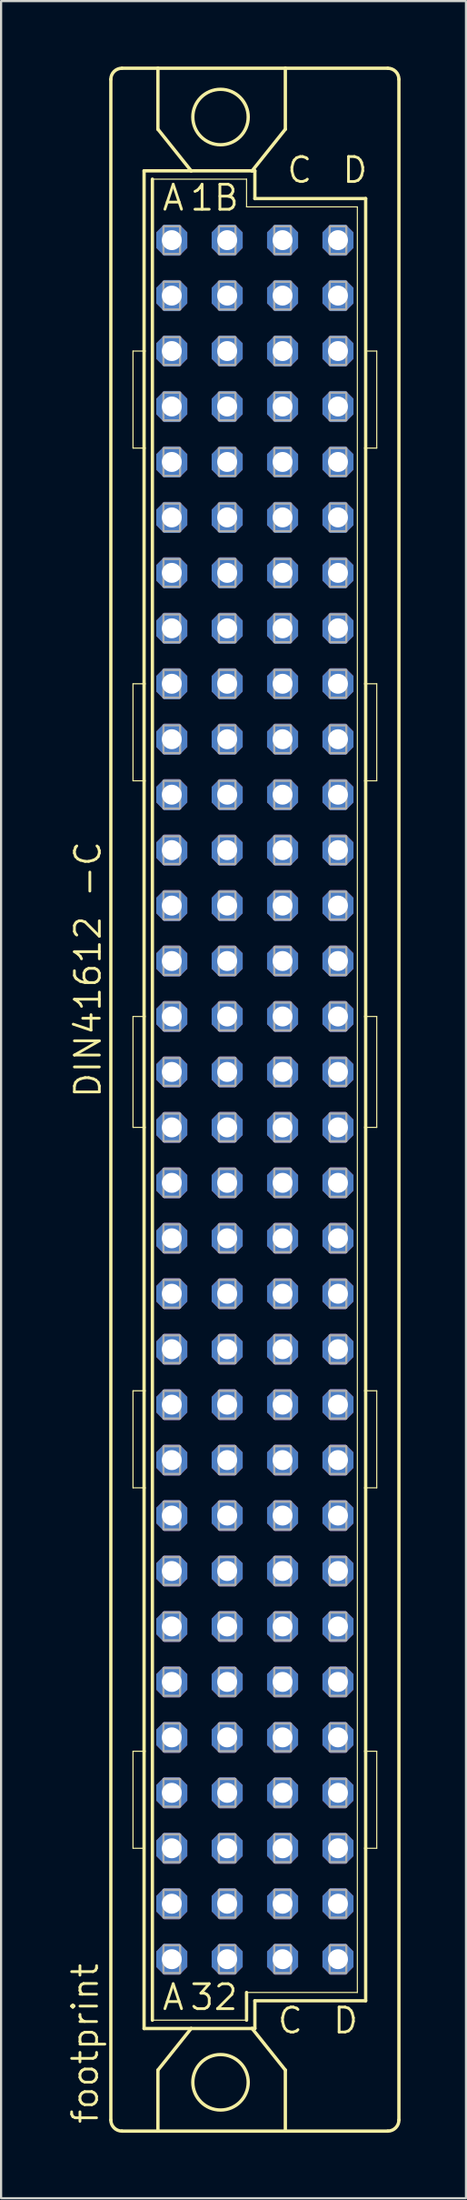
<source format=kicad_pcb>
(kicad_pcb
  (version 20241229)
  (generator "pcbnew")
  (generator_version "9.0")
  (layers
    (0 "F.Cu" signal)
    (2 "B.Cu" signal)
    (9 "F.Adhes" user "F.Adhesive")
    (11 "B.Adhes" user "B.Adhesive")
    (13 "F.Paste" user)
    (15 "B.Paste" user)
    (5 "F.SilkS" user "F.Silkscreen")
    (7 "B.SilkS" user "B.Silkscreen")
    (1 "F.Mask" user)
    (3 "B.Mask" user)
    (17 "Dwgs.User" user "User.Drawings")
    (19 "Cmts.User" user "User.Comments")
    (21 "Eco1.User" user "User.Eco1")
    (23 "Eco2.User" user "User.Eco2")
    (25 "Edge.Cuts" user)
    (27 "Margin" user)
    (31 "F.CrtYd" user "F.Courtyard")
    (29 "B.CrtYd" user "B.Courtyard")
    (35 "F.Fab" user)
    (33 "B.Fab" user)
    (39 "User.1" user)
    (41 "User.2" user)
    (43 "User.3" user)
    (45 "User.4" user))
  (footprint "footprint"
    (layer "F.Cu")
    (at 7.366 47.32)
    (property "Reference" "footprint" (at -5.842 46.99 90) (layer "F.SilkS") (effects (font (size 1.143 1.143) (thickness 0.127)) (justify left bottom)))
    (fp_line (start -5.334 46.736) (end -5.334 -46.736) (stroke (width 0.152) (type solid)) (layer "F.SilkS"))
    (fp_line (start -4.826 -47.244) (end -3.175 -47.244) (stroke (width 0.152) (type solid)) (layer "F.SilkS"))
    (fp_line (start -4.826 47.244) (end -3.175 47.244) (stroke (width 0.152) (type solid)) (layer "F.SilkS"))
    (fp_line (start -4.318 -29.845) (end -4.318 -34.29) (stroke (width 0.051) (type solid)) (layer "F.SilkS"))
    (fp_line (start -4.318 -29.845) (end -3.81 -29.845) (stroke (width 0.051) (type solid)) (layer "F.SilkS"))
    (fp_line (start -4.318 -14.605) (end -4.318 -19.05) (stroke (width 0.051) (type solid)) (layer "F.SilkS"))
    (fp_line (start -4.318 -14.605) (end -3.81 -14.605) (stroke (width 0.051) (type solid)) (layer "F.SilkS"))
    (fp_line (start -4.318 1.27) (end -4.318 -3.81) (stroke (width 0.051) (type solid)) (layer "F.SilkS"))
    (fp_line (start -4.318 1.27) (end -3.81 1.27) (stroke (width 0.051) (type solid)) (layer "F.SilkS"))
    (fp_line (start -4.318 17.78) (end -4.318 13.335) (stroke (width 0.051) (type solid)) (layer "F.SilkS"))
    (fp_line (start -4.318 17.78) (end -3.81 17.78) (stroke (width 0.051) (type solid)) (layer "F.SilkS"))
    (fp_line (start -4.318 34.29) (end -4.318 29.845) (stroke (width 0.051) (type solid)) (layer "F.SilkS"))
    (fp_line (start -4.318 34.29) (end -3.81 34.29) (stroke (width 0.051) (type solid)) (layer "F.SilkS"))
    (fp_line (start -3.81 -42.545) (end -3.81 -34.29) (stroke (width 0.152) (type solid)) (layer "F.SilkS"))
    (fp_line (start -3.81 -34.29) (end -4.318 -34.29) (stroke (width 0.051) (type solid)) (layer "F.SilkS"))
    (fp_line (start -3.81 -34.29) (end -3.81 -29.845) (stroke (width 0.152) (type solid)) (layer "F.SilkS"))
    (fp_line (start -3.81 -29.845) (end -3.81 -19.05) (stroke (width 0.152) (type solid)) (layer "F.SilkS"))
    (fp_line (start -3.81 -19.05) (end -4.318 -19.05) (stroke (width 0.051) (type solid)) (layer "F.SilkS"))
    (fp_line (start -3.81 -19.05) (end -3.81 -14.605) (stroke (width 0.152) (type solid)) (layer "F.SilkS"))
    (fp_line (start -3.81 -14.605) (end -3.81 -3.81) (stroke (width 0.152) (type solid)) (layer "F.SilkS"))
    (fp_line (start -3.81 -3.81) (end -4.318 -3.81) (stroke (width 0.051) (type solid)) (layer "F.SilkS"))
    (fp_line (start -3.81 -3.81) (end -3.81 1.27) (stroke (width 0.152) (type solid)) (layer "F.SilkS"))
    (fp_line (start -3.81 1.27) (end -3.81 13.335) (stroke (width 0.152) (type solid)) (layer "F.SilkS"))
    (fp_line (start -3.81 13.335) (end -4.318 13.335) (stroke (width 0.051) (type solid)) (layer "F.SilkS"))
    (fp_line (start -3.81 13.335) (end -3.81 17.78) (stroke (width 0.152) (type solid)) (layer "F.SilkS"))
    (fp_line (start -3.81 17.78) (end -3.81 29.845) (stroke (width 0.152) (type solid)) (layer "F.SilkS"))
    (fp_line (start -3.81 29.845) (end -4.318 29.845) (stroke (width 0.051) (type solid)) (layer "F.SilkS"))
    (fp_line (start -3.81 29.845) (end -3.81 42.545) (stroke (width 0.152) (type solid)) (layer "F.SilkS"))
    (fp_line (start -3.81 42.545) (end -1.651 42.545) (stroke (width 0.152) (type solid)) (layer "F.SilkS"))
    (fp_line (start -3.429 -42.164) (end -3.429 42.164) (stroke (width 0.152) (type solid)) (layer "F.SilkS"))
    (fp_line (start -3.429 -42.164) (end 0.889 -42.164) (stroke (width 0.051) (type solid)) (layer "F.SilkS"))
    (fp_line (start -3.429 42.164) (end 0.889 42.164) (stroke (width 0.051) (type solid)) (layer "F.SilkS"))
    (fp_line (start -3.175 -47.244) (end -3.175 -44.45) (stroke (width 0.152) (type solid)) (layer "F.SilkS"))
    (fp_line (start -3.175 47.244) (end -3.175 44.45) (stroke (width 0.152) (type solid)) (layer "F.SilkS"))
    (fp_line (start -3.175 47.244) (end 2.667 47.244) (stroke (width 0.152) (type solid)) (layer "F.SilkS"))
    (fp_line (start -1.651 -42.545) (end -3.81 -42.545) (stroke (width 0.152) (type solid)) (layer "F.SilkS"))
    (fp_line (start -1.651 -42.545) (end -3.175 -44.45) (stroke (width 0.152) (type solid)) (layer "F.SilkS"))
    (fp_line (start -1.651 42.545) (end -3.175 44.45) (stroke (width 0.152) (type solid)) (layer "F.SilkS"))
    (fp_line (start -1.651 42.545) (end 1.143 42.545) (stroke (width 0.152) (type solid)) (layer "F.SilkS"))
    (fp_line (start 0.889 -42.164) (end 0.889 -40.894) (stroke (width 0.051) (type solid)) (layer "F.SilkS"))
    (fp_line (start 0.889 -40.894) (end 5.969 -40.894) (stroke (width 0.051) (type solid)) (layer "F.SilkS"))
    (fp_line (start 0.889 40.894) (end 5.969 40.894) (stroke (width 0.051) (type solid)) (layer "F.SilkS"))
    (fp_line (start 0.889 42.164) (end 0.889 40.894) (stroke (width 0.152) (type solid)) (layer "F.SilkS"))
    (fp_line (start 1.143 -42.545) (end -1.651 -42.545) (stroke (width 0.152) (type solid)) (layer "F.SilkS"))
    (fp_line (start 1.143 -42.545) (end 2.667 -44.45) (stroke (width 0.152) (type solid)) (layer "F.SilkS"))
    (fp_line (start 1.143 42.545) (end 1.27 42.545) (stroke (width 0.152) (type solid)) (layer "F.SilkS"))
    (fp_line (start 1.143 42.545) (end 2.667 44.45) (stroke (width 0.152) (type solid)) (layer "F.SilkS"))
    (fp_line (start 1.27 -42.545) (end 1.143 -42.545) (stroke (width 0.152) (type solid)) (layer "F.SilkS"))
    (fp_line (start 1.27 -41.275) (end 1.27 -42.545) (stroke (width 0.152) (type solid)) (layer "F.SilkS"))
    (fp_line (start 1.27 41.275) (end 6.35 41.275) (stroke (width 0.152) (type solid)) (layer "F.SilkS"))
    (fp_line (start 1.27 42.545) (end 1.27 41.275) (stroke (width 0.152) (type solid)) (layer "F.SilkS"))
    (fp_line (start 2.667 -47.244) (end -3.175 -47.244) (stroke (width 0.152) (type solid)) (layer "F.SilkS"))
    (fp_line (start 2.667 -47.244) (end 2.667 -44.45) (stroke (width 0.152) (type solid)) (layer "F.SilkS"))
    (fp_line (start 2.667 47.244) (end 2.667 44.45) (stroke (width 0.152) (type solid)) (layer "F.SilkS"))
    (fp_line (start 2.667 47.244) (end 7.366 47.244) (stroke (width 0.152) (type solid)) (layer "F.SilkS"))
    (fp_line (start 5.969 -40.894) (end 5.969 40.894) (stroke (width 0.051) (type solid)) (layer "F.SilkS"))
    (fp_line (start 6.35 -41.275) (end 1.27 -41.275) (stroke (width 0.152) (type solid)) (layer "F.SilkS"))
    (fp_line (start 6.35 -29.845) (end 6.35 -41.275) (stroke (width 0.152) (type solid)) (layer "F.SilkS"))
    (fp_line (start 6.35 -29.845) (end 6.858 -29.845) (stroke (width 0.051) (type solid)) (layer "F.SilkS"))
    (fp_line (start 6.35 -19.05) (end 6.35 -29.845) (stroke (width 0.152) (type solid)) (layer "F.SilkS"))
    (fp_line (start 6.35 -14.605) (end 6.35 -19.05) (stroke (width 0.152) (type solid)) (layer "F.SilkS"))
    (fp_line (start 6.35 -14.605) (end 6.858 -14.605) (stroke (width 0.051) (type solid)) (layer "F.SilkS"))
    (fp_line (start 6.35 -3.81) (end 6.35 -14.605) (stroke (width 0.152) (type solid)) (layer "F.SilkS"))
    (fp_line (start 6.35 1.27) (end 6.35 -3.81) (stroke (width 0.152) (type solid)) (layer "F.SilkS"))
    (fp_line (start 6.35 1.27) (end 6.858 1.27) (stroke (width 0.051) (type solid)) (layer "F.SilkS"))
    (fp_line (start 6.35 13.335) (end 6.35 1.27) (stroke (width 0.152) (type solid)) (layer "F.SilkS"))
    (fp_line (start 6.35 17.78) (end 6.35 13.335) (stroke (width 0.152) (type solid)) (layer "F.SilkS"))
    (fp_line (start 6.35 17.78) (end 6.858 17.78) (stroke (width 0.051) (type solid)) (layer "F.SilkS"))
    (fp_line (start 6.35 29.845) (end 6.35 17.78) (stroke (width 0.152) (type solid)) (layer "F.SilkS"))
    (fp_line (start 6.35 34.29) (end 6.35 29.845) (stroke (width 0.152) (type solid)) (layer "F.SilkS"))
    (fp_line (start 6.35 34.29) (end 6.858 34.29) (stroke (width 0.051) (type solid)) (layer "F.SilkS"))
    (fp_line (start 6.35 41.275) (end 6.35 34.29) (stroke (width 0.152) (type solid)) (layer "F.SilkS"))
    (fp_line (start 6.858 -34.29) (end 6.35 -34.29) (stroke (width 0.051) (type solid)) (layer "F.SilkS"))
    (fp_line (start 6.858 -34.29) (end 6.858 -29.845) (stroke (width 0.051) (type solid)) (layer "F.SilkS"))
    (fp_line (start 6.858 -19.05) (end 6.35 -19.05) (stroke (width 0.051) (type solid)) (layer "F.SilkS"))
    (fp_line (start 6.858 -19.05) (end 6.858 -14.605) (stroke (width 0.051) (type solid)) (layer "F.SilkS"))
    (fp_line (start 6.858 -3.81) (end 6.35 -3.81) (stroke (width 0.051) (type solid)) (layer "F.SilkS"))
    (fp_line (start 6.858 -3.81) (end 6.858 1.27) (stroke (width 0.051) (type solid)) (layer "F.SilkS"))
    (fp_line (start 6.858 13.335) (end 6.35 13.335) (stroke (width 0.051) (type solid)) (layer "F.SilkS"))
    (fp_line (start 6.858 13.335) (end 6.858 17.78) (stroke (width 0.051) (type solid)) (layer "F.SilkS"))
    (fp_line (start 6.858 29.845) (end 6.35 29.845) (stroke (width 0.051) (type solid)) (layer "F.SilkS"))
    (fp_line (start 6.858 29.845) (end 6.858 34.29) (stroke (width 0.051) (type solid)) (layer "F.SilkS"))
    (fp_line (start 7.366 -47.244) (end 2.667 -47.244) (stroke (width 0.152) (type solid)) (layer "F.SilkS"))
    (fp_line (start 7.874 46.736) (end 7.874 -46.736) (stroke (width 0.152) (type solid)) (layer "F.SilkS"))
    (fp_arc (start -5.334 -46.736) (mid -5.18521 -47.09521) (end -4.826 -47.244) (stroke (width 0.1524) (type solid)) (layer "F.SilkS"))
    (fp_arc (start -4.826 47.244) (mid -5.18521 47.09521) (end -5.334 46.736) (stroke (width 0.1524) (type solid)) (layer "F.SilkS"))
    (fp_arc (start 7.366 -47.244) (mid 7.72521 -47.09521) (end 7.874 -46.736) (stroke (width 0.1524) (type solid)) (layer "F.SilkS"))
    (fp_arc (start 7.874 46.736) (mid 7.72521 47.09521) (end 7.366 47.244) (stroke (width 0.1524) (type solid)) (layer "F.SilkS"))
    (fp_circle (center -0.305 -45.009) (end 0.965 -45.009) (stroke (width 0.152) (type solid)) (fill no) (layer "F.SilkS"))
    (fp_circle (center -0.305 45.009) (end 0.965 45.009) (stroke (width 0.152) (type solid)) (fill no) (layer "F.SilkS"))
    (fp_poly (pts (xy -2.921 -38.735) (xy -2.159 -38.735) (xy -2.159 -40.005) (xy -2.921 -40.005)) (stroke (width 0.1) (type solid)) (fill no) (layer "F.Fab"))
    (fp_poly (pts (xy -2.921 -36.195) (xy -2.159 -36.195) (xy -2.159 -37.465) (xy -2.921 -37.465)) (stroke (width 0.1) (type solid)) (fill no) (layer "F.Fab"))
    (fp_poly (pts (xy -2.921 -33.655) (xy -2.159 -33.655) (xy -2.159 -34.925) (xy -2.921 -34.925)) (stroke (width 0.1) (type solid)) (fill no) (layer "F.Fab"))
    (fp_poly (pts (xy -2.921 -31.115) (xy -2.159 -31.115) (xy -2.159 -32.385) (xy -2.921 -32.385)) (stroke (width 0.1) (type solid)) (fill no) (layer "F.Fab"))
    (fp_poly (pts (xy -2.921 -28.575) (xy -2.159 -28.575) (xy -2.159 -29.845) (xy -2.921 -29.845)) (stroke (width 0.1) (type solid)) (fill no) (layer "F.Fab"))
    (fp_poly (pts (xy -2.921 -26.035) (xy -2.159 -26.035) (xy -2.159 -27.305) (xy -2.921 -27.305)) (stroke (width 0.1) (type solid)) (fill no) (layer "F.Fab"))
    (fp_poly (pts (xy -2.921 -23.495) (xy -2.159 -23.495) (xy -2.159 -24.765) (xy -2.921 -24.765)) (stroke (width 0.1) (type solid)) (fill no) (layer "F.Fab"))
    (fp_poly (pts (xy -2.921 -20.955) (xy -2.159 -20.955) (xy -2.159 -22.225) (xy -2.921 -22.225)) (stroke (width 0.1) (type solid)) (fill no) (layer "F.Fab"))
    (fp_poly (pts (xy -2.921 -18.415) (xy -2.159 -18.415) (xy -2.159 -19.685) (xy -2.921 -19.685)) (stroke (width 0.1) (type solid)) (fill no) (layer "F.Fab"))
    (fp_poly (pts (xy -2.921 -15.875) (xy -2.159 -15.875) (xy -2.159 -17.145) (xy -2.921 -17.145)) (stroke (width 0.1) (type solid)) (fill no) (layer "F.Fab"))
    (fp_poly (pts (xy -2.921 -13.335) (xy -2.159 -13.335) (xy -2.159 -14.605) (xy -2.921 -14.605)) (stroke (width 0.1) (type solid)) (fill no) (layer "F.Fab"))
    (fp_poly (pts (xy -2.921 -10.795) (xy -2.159 -10.795) (xy -2.159 -12.065) (xy -2.921 -12.065)) (stroke (width 0.1) (type solid)) (fill no) (layer "F.Fab"))
    (fp_poly (pts (xy -2.921 -8.255) (xy -2.159 -8.255) (xy -2.159 -9.525) (xy -2.921 -9.525)) (stroke (width 0.1) (type solid)) (fill no) (layer "F.Fab"))
    (fp_poly (pts (xy -2.921 -5.715) (xy -2.159 -5.715) (xy -2.159 -6.985) (xy -2.921 -6.985)) (stroke (width 0.1) (type solid)) (fill no) (layer "F.Fab"))
    (fp_poly (pts (xy -2.921 -3.175) (xy -2.159 -3.175) (xy -2.159 -4.445) (xy -2.921 -4.445)) (stroke (width 0.1) (type solid)) (fill no) (layer "F.Fab"))
    (fp_poly (pts (xy -2.921 -0.635) (xy -2.159 -0.635) (xy -2.159 -1.905) (xy -2.921 -1.905)) (stroke (width 0.1) (type solid)) (fill no) (layer "F.Fab"))
    (fp_poly (pts (xy -2.921 1.905) (xy -2.159 1.905) (xy -2.159 0.635) (xy -2.921 0.635)) (stroke (width 0.1) (type solid)) (fill no) (layer "F.Fab"))
    (fp_poly (pts (xy -2.921 4.445) (xy -2.159 4.445) (xy -2.159 3.175) (xy -2.921 3.175)) (stroke (width 0.1) (type solid)) (fill no) (layer "F.Fab"))
    (fp_poly (pts (xy -2.921 6.985) (xy -2.159 6.985) (xy -2.159 5.715) (xy -2.921 5.715)) (stroke (width 0.1) (type solid)) (fill no) (layer "F.Fab"))
    (fp_poly (pts (xy -2.921 9.525) (xy -2.159 9.525) (xy -2.159 8.255) (xy -2.921 8.255)) (stroke (width 0.1) (type solid)) (fill no) (layer "F.Fab"))
    (fp_poly (pts (xy -2.921 12.065) (xy -2.159 12.065) (xy -2.159 10.795) (xy -2.921 10.795)) (stroke (width 0.1) (type solid)) (fill no) (layer "F.Fab"))
    (fp_poly (pts (xy -2.921 14.605) (xy -2.159 14.605) (xy -2.159 13.335) (xy -2.921 13.335)) (stroke (width 0.1) (type solid)) (fill no) (layer "F.Fab"))
    (fp_poly (pts (xy -2.921 17.145) (xy -2.159 17.145) (xy -2.159 15.875) (xy -2.921 15.875)) (stroke (width 0.1) (type solid)) (fill no) (layer "F.Fab"))
    (fp_poly (pts (xy -2.921 19.685) (xy -2.159 19.685) (xy -2.159 18.415) (xy -2.921 18.415)) (stroke (width 0.1) (type solid)) (fill no) (layer "F.Fab"))
    (fp_poly (pts (xy -2.921 22.225) (xy -2.159 22.225) (xy -2.159 20.955) (xy -2.921 20.955)) (stroke (width 0.1) (type solid)) (fill no) (layer "F.Fab"))
    (fp_poly (pts (xy -2.921 24.765) (xy -2.159 24.765) (xy -2.159 23.495) (xy -2.921 23.495)) (stroke (width 0.1) (type solid)) (fill no) (layer "F.Fab"))
    (fp_poly (pts (xy -2.921 27.305) (xy -2.159 27.305) (xy -2.159 26.035) (xy -2.921 26.035)) (stroke (width 0.1) (type solid)) (fill no) (layer "F.Fab"))
    (fp_poly (pts (xy -2.921 29.845) (xy -2.159 29.845) (xy -2.159 28.575) (xy -2.921 28.575)) (stroke (width 0.1) (type solid)) (fill no) (layer "F.Fab"))
    (fp_poly (pts (xy -2.921 32.385) (xy -2.159 32.385) (xy -2.159 31.115) (xy -2.921 31.115)) (stroke (width 0.1) (type solid)) (fill no) (layer "F.Fab"))
    (fp_poly (pts (xy -2.921 34.925) (xy -2.159 34.925) (xy -2.159 33.655) (xy -2.921 33.655)) (stroke (width 0.1) (type solid)) (fill no) (layer "F.Fab"))
    (fp_poly (pts (xy -2.921 37.465) (xy -2.159 37.465) (xy -2.159 36.195) (xy -2.921 36.195)) (stroke (width 0.1) (type solid)) (fill no) (layer "F.Fab"))
    (fp_poly (pts (xy -2.921 40.005) (xy -2.159 40.005) (xy -2.159 38.735) (xy -2.921 38.735)) (stroke (width 0.1) (type solid)) (fill no) (layer "F.Fab"))
    (fp_poly (pts (xy -0.381 -38.735) (xy 0.381 -38.735) (xy 0.381 -40.005) (xy -0.381 -40.005)) (stroke (width 0.1) (type solid)) (fill no) (layer "F.Fab"))
    (fp_poly (pts (xy -0.381 -36.195) (xy 0.381 -36.195) (xy 0.381 -37.465) (xy -0.381 -37.465)) (stroke (width 0.1) (type solid)) (fill no) (layer "F.Fab"))
    (fp_poly (pts (xy -0.381 -33.655) (xy 0.381 -33.655) (xy 0.381 -34.925) (xy -0.381 -34.925)) (stroke (width 0.1) (type solid)) (fill no) (layer "F.Fab"))
    (fp_poly (pts (xy -0.381 -31.115) (xy 0.381 -31.115) (xy 0.381 -32.385) (xy -0.381 -32.385)) (stroke (width 0.1) (type solid)) (fill no) (layer "F.Fab"))
    (fp_poly (pts (xy -0.381 -28.575) (xy 0.381 -28.575) (xy 0.381 -29.845) (xy -0.381 -29.845)) (stroke (width 0.1) (type solid)) (fill no) (layer "F.Fab"))
    (fp_poly (pts (xy -0.381 -26.035) (xy 0.381 -26.035) (xy 0.381 -27.305) (xy -0.381 -27.305)) (stroke (width 0.1) (type solid)) (fill no) (layer "F.Fab"))
    (fp_poly (pts (xy -0.381 -23.495) (xy 0.381 -23.495) (xy 0.381 -24.765) (xy -0.381 -24.765)) (stroke (width 0.1) (type solid)) (fill no) (layer "F.Fab"))
    (fp_poly (pts (xy -0.381 -20.955) (xy 0.381 -20.955) (xy 0.381 -22.225) (xy -0.381 -22.225)) (stroke (width 0.1) (type solid)) (fill no) (layer "F.Fab"))
    (fp_poly (pts (xy -0.381 -18.415) (xy 0.381 -18.415) (xy 0.381 -19.685) (xy -0.381 -19.685)) (stroke (width 0.1) (type solid)) (fill no) (layer "F.Fab"))
    (fp_poly (pts (xy -0.381 -15.875) (xy 0.381 -15.875) (xy 0.381 -17.145) (xy -0.381 -17.145)) (stroke (width 0.1) (type solid)) (fill no) (layer "F.Fab"))
    (fp_poly (pts (xy -0.381 -13.335) (xy 0.381 -13.335) (xy 0.381 -14.605) (xy -0.381 -14.605)) (stroke (width 0.1) (type solid)) (fill no) (layer "F.Fab"))
    (fp_poly (pts (xy -0.381 -10.795) (xy 0.381 -10.795) (xy 0.381 -12.065) (xy -0.381 -12.065)) (stroke (width 0.1) (type solid)) (fill no) (layer "F.Fab"))
    (fp_poly (pts (xy -0.381 -8.255) (xy 0.381 -8.255) (xy 0.381 -9.525) (xy -0.381 -9.525)) (stroke (width 0.1) (type solid)) (fill no) (layer "F.Fab"))
    (fp_poly (pts (xy -0.381 -5.715) (xy 0.381 -5.715) (xy 0.381 -6.985) (xy -0.381 -6.985)) (stroke (width 0.1) (type solid)) (fill no) (layer "F.Fab"))
    (fp_poly (pts (xy -0.381 -3.175) (xy 0.381 -3.175) (xy 0.381 -4.445) (xy -0.381 -4.445)) (stroke (width 0.1) (type solid)) (fill no) (layer "F.Fab"))
    (fp_poly (pts (xy -0.381 -0.635) (xy 0.381 -0.635) (xy 0.381 -1.905) (xy -0.381 -1.905)) (stroke (width 0.1) (type solid)) (fill no) (layer "F.Fab"))
    (fp_poly (pts (xy -0.381 1.905) (xy 0.381 1.905) (xy 0.381 0.635) (xy -0.381 0.635)) (stroke (width 0.1) (type solid)) (fill no) (layer "F.Fab"))
    (fp_poly (pts (xy -0.381 4.445) (xy 0.381 4.445) (xy 0.381 3.175) (xy -0.381 3.175)) (stroke (width 0.1) (type solid)) (fill no) (layer "F.Fab"))
    (fp_poly (pts (xy -0.381 6.985) (xy 0.381 6.985) (xy 0.381 5.715) (xy -0.381 5.715)) (stroke (width 0.1) (type solid)) (fill no) (layer "F.Fab"))
    (fp_poly (pts (xy -0.381 9.525) (xy 0.381 9.525) (xy 0.381 8.255) (xy -0.381 8.255)) (stroke (width 0.1) (type solid)) (fill no) (layer "F.Fab"))
    (fp_poly (pts (xy -0.381 12.065) (xy 0.381 12.065) (xy 0.381 10.795) (xy -0.381 10.795)) (stroke (width 0.1) (type solid)) (fill no) (layer "F.Fab"))
    (fp_poly (pts (xy -0.381 14.605) (xy 0.381 14.605) (xy 0.381 13.335) (xy -0.381 13.335)) (stroke (width 0.1) (type solid)) (fill no) (layer "F.Fab"))
    (fp_poly (pts (xy -0.381 17.145) (xy 0.381 17.145) (xy 0.381 15.875) (xy -0.381 15.875)) (stroke (width 0.1) (type solid)) (fill no) (layer "F.Fab"))
    (fp_poly (pts (xy -0.381 19.685) (xy 0.381 19.685) (xy 0.381 18.415) (xy -0.381 18.415)) (stroke (width 0.1) (type solid)) (fill no) (layer "F.Fab"))
    (fp_poly (pts (xy -0.381 22.225) (xy 0.381 22.225) (xy 0.381 20.955) (xy -0.381 20.955)) (stroke (width 0.1) (type solid)) (fill no) (layer "F.Fab"))
    (fp_poly (pts (xy -0.381 24.765) (xy 0.381 24.765) (xy 0.381 23.495) (xy -0.381 23.495)) (stroke (width 0.1) (type solid)) (fill no) (layer "F.Fab"))
    (fp_poly (pts (xy -0.381 27.305) (xy 0.381 27.305) (xy 0.381 26.035) (xy -0.381 26.035)) (stroke (width 0.1) (type solid)) (fill no) (layer "F.Fab"))
    (fp_poly (pts (xy -0.381 29.845) (xy 0.381 29.845) (xy 0.381 28.575) (xy -0.381 28.575)) (stroke (width 0.1) (type solid)) (fill no) (layer "F.Fab"))
    (fp_poly (pts (xy -0.381 32.385) (xy 0.381 32.385) (xy 0.381 31.115) (xy -0.381 31.115)) (stroke (width 0.1) (type solid)) (fill no) (layer "F.Fab"))
    (fp_poly (pts (xy -0.381 34.925) (xy 0.381 34.925) (xy 0.381 33.655) (xy -0.381 33.655)) (stroke (width 0.1) (type solid)) (fill no) (layer "F.Fab"))
    (fp_poly (pts (xy -0.381 37.465) (xy 0.381 37.465) (xy 0.381 36.195) (xy -0.381 36.195)) (stroke (width 0.1) (type solid)) (fill no) (layer "F.Fab"))
    (fp_poly (pts (xy -0.381 40.005) (xy 0.381 40.005) (xy 0.381 38.735) (xy -0.381 38.735)) (stroke (width 0.1) (type solid)) (fill no) (layer "F.Fab"))
    (fp_poly (pts (xy 2.159 -38.735) (xy 2.921 -38.735) (xy 2.921 -40.005) (xy 2.159 -40.005)) (stroke (width 0.1) (type solid)) (fill no) (layer "F.Fab"))
    (fp_poly (pts (xy 2.159 -36.195) (xy 2.921 -36.195) (xy 2.921 -37.465) (xy 2.159 -37.465)) (stroke (width 0.1) (type solid)) (fill no) (layer "F.Fab"))
    (fp_poly (pts (xy 2.159 -33.655) (xy 2.921 -33.655) (xy 2.921 -34.925) (xy 2.159 -34.925)) (stroke (width 0.1) (type solid)) (fill no) (layer "F.Fab"))
    (fp_poly (pts (xy 2.159 -31.115) (xy 2.921 -31.115) (xy 2.921 -32.385) (xy 2.159 -32.385)) (stroke (width 0.1) (type solid)) (fill no) (layer "F.Fab"))
    (fp_poly (pts (xy 2.159 -28.575) (xy 2.921 -28.575) (xy 2.921 -29.845) (xy 2.159 -29.845)) (stroke (width 0.1) (type solid)) (fill no) (layer "F.Fab"))
    (fp_poly (pts (xy 2.159 -26.035) (xy 2.921 -26.035) (xy 2.921 -27.305) (xy 2.159 -27.305)) (stroke (width 0.1) (type solid)) (fill no) (layer "F.Fab"))
    (fp_poly (pts (xy 2.159 -23.495) (xy 2.921 -23.495) (xy 2.921 -24.765) (xy 2.159 -24.765)) (stroke (width 0.1) (type solid)) (fill no) (layer "F.Fab"))
    (fp_poly (pts (xy 2.159 -20.955) (xy 2.921 -20.955) (xy 2.921 -22.225) (xy 2.159 -22.225)) (stroke (width 0.1) (type solid)) (fill no) (layer "F.Fab"))
    (fp_poly (pts (xy 2.159 -18.415) (xy 2.921 -18.415) (xy 2.921 -19.685) (xy 2.159 -19.685)) (stroke (width 0.1) (type solid)) (fill no) (layer "F.Fab"))
    (fp_poly (pts (xy 2.159 -15.875) (xy 2.921 -15.875) (xy 2.921 -17.145) (xy 2.159 -17.145)) (stroke (width 0.1) (type solid)) (fill no) (layer "F.Fab"))
    (fp_poly (pts (xy 2.159 -13.335) (xy 2.921 -13.335) (xy 2.921 -14.605) (xy 2.159 -14.605)) (stroke (width 0.1) (type solid)) (fill no) (layer "F.Fab"))
    (fp_poly (pts (xy 2.159 -10.795) (xy 2.921 -10.795) (xy 2.921 -12.065) (xy 2.159 -12.065)) (stroke (width 0.1) (type solid)) (fill no) (layer "F.Fab"))
    (fp_poly (pts (xy 2.159 -8.255) (xy 2.921 -8.255) (xy 2.921 -9.525) (xy 2.159 -9.525)) (stroke (width 0.1) (type solid)) (fill no) (layer "F.Fab"))
    (fp_poly (pts (xy 2.159 -5.715) (xy 2.921 -5.715) (xy 2.921 -6.985) (xy 2.159 -6.985)) (stroke (width 0.1) (type solid)) (fill no) (layer "F.Fab"))
    (fp_poly (pts (xy 2.159 -3.175) (xy 2.921 -3.175) (xy 2.921 -4.445) (xy 2.159 -4.445)) (stroke (width 0.1) (type solid)) (fill no) (layer "F.Fab"))
    (fp_poly (pts (xy 2.159 -0.635) (xy 2.921 -0.635) (xy 2.921 -1.905) (xy 2.159 -1.905)) (stroke (width 0.1) (type solid)) (fill no) (layer "F.Fab"))
    (fp_poly (pts (xy 2.159 1.905) (xy 2.921 1.905) (xy 2.921 0.635) (xy 2.159 0.635)) (stroke (width 0.1) (type solid)) (fill no) (layer "F.Fab"))
    (fp_poly (pts (xy 2.159 4.445) (xy 2.921 4.445) (xy 2.921 3.175) (xy 2.159 3.175)) (stroke (width 0.1) (type solid)) (fill no) (layer "F.Fab"))
    (fp_poly (pts (xy 2.159 6.985) (xy 2.921 6.985) (xy 2.921 5.715) (xy 2.159 5.715)) (stroke (width 0.1) (type solid)) (fill no) (layer "F.Fab"))
    (fp_poly (pts (xy 2.159 9.525) (xy 2.921 9.525) (xy 2.921 8.255) (xy 2.159 8.255)) (stroke (width 0.1) (type solid)) (fill no) (layer "F.Fab"))
    (fp_poly (pts (xy 2.159 12.065) (xy 2.921 12.065) (xy 2.921 10.795) (xy 2.159 10.795)) (stroke (width 0.1) (type solid)) (fill no) (layer "F.Fab"))
    (fp_poly (pts (xy 2.159 14.605) (xy 2.921 14.605) (xy 2.921 13.335) (xy 2.159 13.335)) (stroke (width 0.1) (type solid)) (fill no) (layer "F.Fab"))
    (fp_poly (pts (xy 2.159 17.145) (xy 2.921 17.145) (xy 2.921 15.875) (xy 2.159 15.875)) (stroke (width 0.1) (type solid)) (fill no) (layer "F.Fab"))
    (fp_poly (pts (xy 2.159 19.685) (xy 2.921 19.685) (xy 2.921 18.415) (xy 2.159 18.415)) (stroke (width 0.1) (type solid)) (fill no) (layer "F.Fab"))
    (fp_poly (pts (xy 2.159 22.225) (xy 2.921 22.225) (xy 2.921 20.955) (xy 2.159 20.955)) (stroke (width 0.1) (type solid)) (fill no) (layer "F.Fab"))
    (fp_poly (pts (xy 2.159 24.765) (xy 2.921 24.765) (xy 2.921 23.495) (xy 2.159 23.495)) (stroke (width 0.1) (type solid)) (fill no) (layer "F.Fab"))
    (fp_poly (pts (xy 2.159 27.305) (xy 2.921 27.305) (xy 2.921 26.035) (xy 2.159 26.035)) (stroke (width 0.1) (type solid)) (fill no) (layer "F.Fab"))
    (fp_poly (pts (xy 2.159 29.845) (xy 2.921 29.845) (xy 2.921 28.575) (xy 2.159 28.575)) (stroke (width 0.1) (type solid)) (fill no) (layer "F.Fab"))
    (fp_poly (pts (xy 2.159 32.385) (xy 2.921 32.385) (xy 2.921 31.115) (xy 2.159 31.115)) (stroke (width 0.1) (type solid)) (fill no) (layer "F.Fab"))
    (fp_poly (pts (xy 2.159 34.925) (xy 2.921 34.925) (xy 2.921 33.655) (xy 2.159 33.655)) (stroke (width 0.1) (type solid)) (fill no) (layer "F.Fab"))
    (fp_poly (pts (xy 2.159 37.465) (xy 2.921 37.465) (xy 2.921 36.195) (xy 2.159 36.195)) (stroke (width 0.1) (type solid)) (fill no) (layer "F.Fab"))
    (fp_poly (pts (xy 2.159 40.005) (xy 2.921 40.005) (xy 2.921 38.735) (xy 2.159 38.735)) (stroke (width 0.1) (type solid)) (fill no) (layer "F.Fab"))
    (fp_poly (pts (xy 4.699 -38.735) (xy 5.461 -38.735) (xy 5.461 -40.005) (xy 4.699 -40.005)) (stroke (width 0.1) (type solid)) (fill no) (layer "F.Fab"))
    (fp_poly (pts (xy 4.699 -36.195) (xy 5.461 -36.195) (xy 5.461 -37.465) (xy 4.699 -37.465)) (stroke (width 0.1) (type solid)) (fill no) (layer "F.Fab"))
    (fp_poly (pts (xy 4.699 -33.655) (xy 5.461 -33.655) (xy 5.461 -34.925) (xy 4.699 -34.925)) (stroke (width 0.1) (type solid)) (fill no) (layer "F.Fab"))
    (fp_poly (pts (xy 4.699 -31.115) (xy 5.461 -31.115) (xy 5.461 -32.385) (xy 4.699 -32.385)) (stroke (width 0.1) (type solid)) (fill no) (layer "F.Fab"))
    (fp_poly (pts (xy 4.699 -28.575) (xy 5.461 -28.575) (xy 5.461 -29.845) (xy 4.699 -29.845)) (stroke (width 0.1) (type solid)) (fill no) (layer "F.Fab"))
    (fp_poly (pts (xy 4.699 -26.035) (xy 5.461 -26.035) (xy 5.461 -27.305) (xy 4.699 -27.305)) (stroke (width 0.1) (type solid)) (fill no) (layer "F.Fab"))
    (fp_poly (pts (xy 4.699 -23.495) (xy 5.461 -23.495) (xy 5.461 -24.765) (xy 4.699 -24.765)) (stroke (width 0.1) (type solid)) (fill no) (layer "F.Fab"))
    (fp_poly (pts (xy 4.699 -20.955) (xy 5.461 -20.955) (xy 5.461 -22.225) (xy 4.699 -22.225)) (stroke (width 0.1) (type solid)) (fill no) (layer "F.Fab"))
    (fp_poly (pts (xy 4.699 -18.415) (xy 5.461 -18.415) (xy 5.461 -19.685) (xy 4.699 -19.685)) (stroke (width 0.1) (type solid)) (fill no) (layer "F.Fab"))
    (fp_poly (pts (xy 4.699 -15.875) (xy 5.461 -15.875) (xy 5.461 -17.145) (xy 4.699 -17.145)) (stroke (width 0.1) (type solid)) (fill no) (layer "F.Fab"))
    (fp_poly (pts (xy 4.699 -13.335) (xy 5.461 -13.335) (xy 5.461 -14.605) (xy 4.699 -14.605)) (stroke (width 0.1) (type solid)) (fill no) (layer "F.Fab"))
    (fp_poly (pts (xy 4.699 -10.795) (xy 5.461 -10.795) (xy 5.461 -12.065) (xy 4.699 -12.065)) (stroke (width 0.1) (type solid)) (fill no) (layer "F.Fab"))
    (fp_poly (pts (xy 4.699 -8.255) (xy 5.461 -8.255) (xy 5.461 -9.525) (xy 4.699 -9.525)) (stroke (width 0.1) (type solid)) (fill no) (layer "F.Fab"))
    (fp_poly (pts (xy 4.699 -5.715) (xy 5.461 -5.715) (xy 5.461 -6.985) (xy 4.699 -6.985)) (stroke (width 0.1) (type solid)) (fill no) (layer "F.Fab"))
    (fp_poly (pts (xy 4.699 -3.175) (xy 5.461 -3.175) (xy 5.461 -4.445) (xy 4.699 -4.445)) (stroke (width 0.1) (type solid)) (fill no) (layer "F.Fab"))
    (fp_poly (pts (xy 4.699 -0.635) (xy 5.461 -0.635) (xy 5.461 -1.905) (xy 4.699 -1.905)) (stroke (width 0.1) (type solid)) (fill no) (layer "F.Fab"))
    (fp_poly (pts (xy 4.699 1.905) (xy 5.461 1.905) (xy 5.461 0.635) (xy 4.699 0.635)) (stroke (width 0.1) (type solid)) (fill no) (layer "F.Fab"))
    (fp_poly (pts (xy 4.699 4.445) (xy 5.461 4.445) (xy 5.461 3.175) (xy 4.699 3.175)) (stroke (width 0.1) (type solid)) (fill no) (layer "F.Fab"))
    (fp_poly (pts (xy 4.699 6.985) (xy 5.461 6.985) (xy 5.461 5.715) (xy 4.699 5.715)) (stroke (width 0.1) (type solid)) (fill no) (layer "F.Fab"))
    (fp_poly (pts (xy 4.699 9.525) (xy 5.461 9.525) (xy 5.461 8.255) (xy 4.699 8.255)) (stroke (width 0.1) (type solid)) (fill no) (layer "F.Fab"))
    (fp_poly (pts (xy 4.699 12.065) (xy 5.461 12.065) (xy 5.461 10.795) (xy 4.699 10.795)) (stroke (width 0.1) (type solid)) (fill no) (layer "F.Fab"))
    (fp_poly (pts (xy 4.699 14.605) (xy 5.461 14.605) (xy 5.461 13.335) (xy 4.699 13.335)) (stroke (width 0.1) (type solid)) (fill no) (layer "F.Fab"))
    (fp_poly (pts (xy 4.699 17.145) (xy 5.461 17.145) (xy 5.461 15.875) (xy 4.699 15.875)) (stroke (width 0.1) (type solid)) (fill no) (layer "F.Fab"))
    (fp_poly (pts (xy 4.699 19.685) (xy 5.461 19.685) (xy 5.461 18.415) (xy 4.699 18.415)) (stroke (width 0.1) (type solid)) (fill no) (layer "F.Fab"))
    (fp_poly (pts (xy 4.699 22.225) (xy 5.461 22.225) (xy 5.461 20.955) (xy 4.699 20.955)) (stroke (width 0.1) (type solid)) (fill no) (layer "F.Fab"))
    (fp_poly (pts (xy 4.699 24.765) (xy 5.461 24.765) (xy 5.461 23.495) (xy 4.699 23.495)) (stroke (width 0.1) (type solid)) (fill no) (layer "F.Fab"))
    (fp_poly (pts (xy 4.699 27.305) (xy 5.461 27.305) (xy 5.461 26.035) (xy 4.699 26.035)) (stroke (width 0.1) (type solid)) (fill no) (layer "F.Fab"))
    (fp_poly (pts (xy 4.699 29.845) (xy 5.461 29.845) (xy 5.461 28.575) (xy 4.699 28.575)) (stroke (width 0.1) (type solid)) (fill no) (layer "F.Fab"))
    (fp_poly (pts (xy 4.699 32.385) (xy 5.461 32.385) (xy 5.461 31.115) (xy 4.699 31.115)) (stroke (width 0.1) (type solid)) (fill no) (layer "F.Fab"))
    (fp_poly (pts (xy 4.699 34.925) (xy 5.461 34.925) (xy 5.461 33.655) (xy 4.699 33.655)) (stroke (width 0.1) (type solid)) (fill no) (layer "F.Fab"))
    (fp_poly (pts (xy 4.699 37.465) (xy 5.461 37.465) (xy 5.461 36.195) (xy 4.699 36.195)) (stroke (width 0.1) (type solid)) (fill no) (layer "F.Fab"))
    (fp_poly (pts (xy 4.699 40.005) (xy 5.461 40.005) (xy 5.461 38.735) (xy 4.699 38.735)) (stroke (width 0.1) (type solid)) (fill no) (layer "F.Fab"))
    (fp_text user "1B" (at -1.778 -40.64 0) (layer "F.SilkS") (effects (font (size 1.143 1.143) (thickness 0.127)) (justify left bottom)))
    (fp_text user "D" (at 5.207 -41.91 0) (layer "F.SilkS") (effects (font (size 1.143 1.143) (thickness 0.127)) (justify left bottom)))
    (fp_text user "A" (at -3.048 41.783 0) (layer "F.SilkS") (effects (font (size 1.143 1.143) (thickness 0.127)) (justify left bottom)))
    (fp_text user "DIN41612 -C" (at -5.715 0 90) (layer "F.SilkS") (effects (font (size 1.143 1.143) (thickness 0.127)) (justify left bottom)))
    (fp_text user "32" (at -1.778 41.783 0) (layer "F.SilkS") (effects (font (size 1.143 1.143) (thickness 0.127)) (justify left bottom)))
    (fp_text user "C" (at 2.237 42.853 0) (layer "F.SilkS") (effects (font (size 1.143 1.143) (thickness 0.127)) (justify left bottom)))
    (fp_text user "A" (at -3.048 -40.64 0) (layer "F.SilkS") (effects (font (size 1.143 1.143) (thickness 0.127)) (justify left bottom)))
    (fp_text user "C" (at 2.667 -41.91 0) (layer "F.SilkS") (effects (font (size 1.143 1.143) (thickness 0.127)) (justify left bottom)))
    (fp_text user "D" (at 4.777 42.853 0) (layer "F.SilkS") (effects (font (size 1.143 1.143) (thickness 0.127)) (justify left bottom)))
    (pad "A1" thru_hole roundrect (at -2.54 -39.37) (size 1.422 1.422) (drill 0.914) (layers "*.Cu" "*.Mask") (roundrect_rratio 0.25) (chamfer_ratio 0.25) (chamfer top_left top_right bottom_left bottom_right))
    (pad "A2" thru_hole roundrect (at -2.54 -36.83) (size 1.422 1.422) (drill 0.914) (layers "*.Cu" "*.Mask") (roundrect_rratio 0.25) (chamfer_ratio 0.25) (chamfer top_left top_right bottom_left bottom_right))
    (pad "A3" thru_hole roundrect (at -2.54 -34.29) (size 1.422 1.422) (drill 0.914) (layers "*.Cu" "*.Mask") (roundrect_rratio 0.25) (chamfer_ratio 0.25) (chamfer top_left top_right bottom_left bottom_right))
    (pad "A4" thru_hole roundrect (at -2.54 -31.75) (size 1.422 1.422) (drill 0.914) (layers "*.Cu" "*.Mask") (roundrect_rratio 0.25) (chamfer_ratio 0.25) (chamfer top_left top_right bottom_left bottom_right))
    (pad "A5" thru_hole roundrect (at -2.54 -29.21) (size 1.422 1.422) (drill 0.914) (layers "*.Cu" "*.Mask") (roundrect_rratio 0.25) (chamfer_ratio 0.25) (chamfer top_left top_right bottom_left bottom_right))
    (pad "A6" thru_hole roundrect (at -2.54 -26.67) (size 1.422 1.422) (drill 0.914) (layers "*.Cu" "*.Mask") (roundrect_rratio 0.25) (chamfer_ratio 0.25) (chamfer top_left top_right bottom_left bottom_right))
    (pad "A7" thru_hole roundrect (at -2.54 -24.13) (size 1.422 1.422) (drill 0.914) (layers "*.Cu" "*.Mask") (roundrect_rratio 0.25) (chamfer_ratio 0.25) (chamfer top_left top_right bottom_left bottom_right))
    (pad "A8" thru_hole roundrect (at -2.54 -21.59) (size 1.422 1.422) (drill 0.914) (layers "*.Cu" "*.Mask") (roundrect_rratio 0.25) (chamfer_ratio 0.25) (chamfer top_left top_right bottom_left bottom_right))
    (pad "A9" thru_hole roundrect (at -2.54 -19.05) (size 1.422 1.422) (drill 0.914) (layers "*.Cu" "*.Mask") (roundrect_rratio 0.25) (chamfer_ratio 0.25) (chamfer top_left top_right bottom_left bottom_right))
    (pad "A10" thru_hole roundrect (at -2.54 -16.51) (size 1.422 1.422) (drill 0.914) (layers "*.Cu" "*.Mask") (roundrect_rratio 0.25) (chamfer_ratio 0.25) (chamfer top_left top_right bottom_left bottom_right))
    (pad "A11" thru_hole roundrect (at -2.54 -13.97) (size 1.422 1.422) (drill 0.914) (layers "*.Cu" "*.Mask") (roundrect_rratio 0.25) (chamfer_ratio 0.25) (chamfer top_left top_right bottom_left bottom_right))
    (pad "A12" thru_hole roundrect (at -2.54 -11.43) (size 1.422 1.422) (drill 0.914) (layers "*.Cu" "*.Mask") (roundrect_rratio 0.25) (chamfer_ratio 0.25) (chamfer top_left top_right bottom_left bottom_right))
    (pad "A13" thru_hole roundrect (at -2.54 -8.89) (size 1.422 1.422) (drill 0.914) (layers "*.Cu" "*.Mask") (roundrect_rratio 0.25) (chamfer_ratio 0.25) (chamfer top_left top_right bottom_left bottom_right))
    (pad "A14" thru_hole roundrect (at -2.54 -6.35) (size 1.422 1.422) (drill 0.914) (layers "*.Cu" "*.Mask") (roundrect_rratio 0.25) (chamfer_ratio 0.25) (chamfer top_left top_right bottom_left bottom_right))
    (pad "A15" thru_hole roundrect (at -2.54 -3.81) (size 1.422 1.422) (drill 0.914) (layers "*.Cu" "*.Mask") (roundrect_rratio 0.25) (chamfer_ratio 0.25) (chamfer top_left top_right bottom_left bottom_right))
    (pad "A16" thru_hole roundrect (at -2.54 -1.27) (size 1.422 1.422) (drill 0.914) (layers "*.Cu" "*.Mask") (roundrect_rratio 0.25) (chamfer_ratio 0.25) (chamfer top_left top_right bottom_left bottom_right))
    (pad "A17" thru_hole roundrect (at -2.54 1.27) (size 1.422 1.422) (drill 0.914) (layers "*.Cu" "*.Mask") (roundrect_rratio 0.25) (chamfer_ratio 0.25) (chamfer top_left top_right bottom_left bottom_right))
    (pad "A18" thru_hole roundrect (at -2.54 3.81) (size 1.422 1.422) (drill 0.914) (layers "*.Cu" "*.Mask") (roundrect_rratio 0.25) (chamfer_ratio 0.25) (chamfer top_left top_right bottom_left bottom_right))
    (pad "A19" thru_hole roundrect (at -2.54 6.35) (size 1.422 1.422) (drill 0.914) (layers "*.Cu" "*.Mask") (roundrect_rratio 0.25) (chamfer_ratio 0.25) (chamfer top_left top_right bottom_left bottom_right))
    (pad "A20" thru_hole roundrect (at -2.54 8.89) (size 1.422 1.422) (drill 0.914) (layers "*.Cu" "*.Mask") (roundrect_rratio 0.25) (chamfer_ratio 0.25) (chamfer top_left top_right bottom_left bottom_right))
    (pad "A21" thru_hole roundrect (at -2.54 11.43) (size 1.422 1.422) (drill 0.914) (layers "*.Cu" "*.Mask") (roundrect_rratio 0.25) (chamfer_ratio 0.25) (chamfer top_left top_right bottom_left bottom_right))
    (pad "A22" thru_hole roundrect (at -2.54 13.97) (size 1.422 1.422) (drill 0.914) (layers "*.Cu" "*.Mask") (roundrect_rratio 0.25) (chamfer_ratio 0.25) (chamfer top_left top_right bottom_left bottom_right))
    (pad "A23" thru_hole roundrect (at -2.54 16.51) (size 1.422 1.422) (drill 0.914) (layers "*.Cu" "*.Mask") (roundrect_rratio 0.25) (chamfer_ratio 0.25) (chamfer top_left top_right bottom_left bottom_right))
    (pad "A24" thru_hole roundrect (at -2.54 19.05) (size 1.422 1.422) (drill 0.914) (layers "*.Cu" "*.Mask") (roundrect_rratio 0.25) (chamfer_ratio 0.25) (chamfer top_left top_right bottom_left bottom_right))
    (pad "A25" thru_hole roundrect (at -2.54 21.59) (size 1.422 1.422) (drill 0.914) (layers "*.Cu" "*.Mask") (roundrect_rratio 0.25) (chamfer_ratio 0.25) (chamfer top_left top_right bottom_left bottom_right))
    (pad "A26" thru_hole roundrect (at -2.54 24.13) (size 1.422 1.422) (drill 0.914) (layers "*.Cu" "*.Mask") (roundrect_rratio 0.25) (chamfer_ratio 0.25) (chamfer top_left top_right bottom_left bottom_right))
    (pad "A27" thru_hole roundrect (at -2.54 26.67) (size 1.422 1.422) (drill 0.914) (layers "*.Cu" "*.Mask") (roundrect_rratio 0.25) (chamfer_ratio 0.25) (chamfer top_left top_right bottom_left bottom_right))
    (pad "A28" thru_hole roundrect (at -2.54 29.21) (size 1.422 1.422) (drill 0.914) (layers "*.Cu" "*.Mask") (roundrect_rratio 0.25) (chamfer_ratio 0.25) (chamfer top_left top_right bottom_left bottom_right))
    (pad "A29" thru_hole roundrect (at -2.54 31.75) (size 1.422 1.422) (drill 0.914) (layers "*.Cu" "*.Mask") (roundrect_rratio 0.25) (chamfer_ratio 0.25) (chamfer top_left top_right bottom_left bottom_right))
    (pad "A30" thru_hole roundrect (at -2.54 34.29) (size 1.422 1.422) (drill 0.914) (layers "*.Cu" "*.Mask") (roundrect_rratio 0.25) (chamfer_ratio 0.25) (chamfer top_left top_right bottom_left bottom_right))
    (pad "A31" thru_hole roundrect (at -2.54 36.83) (size 1.422 1.422) (drill 0.914) (layers "*.Cu" "*.Mask") (roundrect_rratio 0.25) (chamfer_ratio 0.25) (chamfer top_left top_right bottom_left bottom_right))
    (pad "A32" thru_hole roundrect (at -2.54 39.37) (size 1.422 1.422) (drill 0.914) (layers "*.Cu" "*.Mask") (roundrect_rratio 0.25) (chamfer_ratio 0.25) (chamfer top_left top_right bottom_left bottom_right))
    (pad "B1" thru_hole roundrect (at 0 -39.37) (size 1.422 1.422) (drill 0.914) (layers "*.Cu" "*.Mask") (roundrect_rratio 0.25) (chamfer_ratio 0.25) (chamfer top_left top_right bottom_left bottom_right))
    (pad "B2" thru_hole roundrect (at 0 -36.83) (size 1.422 1.422) (drill 0.914) (layers "*.Cu" "*.Mask") (roundrect_rratio 0.25) (chamfer_ratio 0.25) (chamfer top_left top_right bottom_left bottom_right))
    (pad "B3" thru_hole roundrect (at 0 -34.29) (size 1.422 1.422) (drill 0.914) (layers "*.Cu" "*.Mask") (roundrect_rratio 0.25) (chamfer_ratio 0.25) (chamfer top_left top_right bottom_left bottom_right))
    (pad "B4" thru_hole roundrect (at 0 -31.75) (size 1.422 1.422) (drill 0.914) (layers "*.Cu" "*.Mask") (roundrect_rratio 0.25) (chamfer_ratio 0.25) (chamfer top_left top_right bottom_left bottom_right))
    (pad "B5" thru_hole roundrect (at 0 -29.21) (size 1.422 1.422) (drill 0.914) (layers "*.Cu" "*.Mask") (roundrect_rratio 0.25) (chamfer_ratio 0.25) (chamfer top_left top_right bottom_left bottom_right))
    (pad "B6" thru_hole roundrect (at 0 -26.67) (size 1.422 1.422) (drill 0.914) (layers "*.Cu" "*.Mask") (roundrect_rratio 0.25) (chamfer_ratio 0.25) (chamfer top_left top_right bottom_left bottom_right))
    (pad "B7" thru_hole roundrect (at 0 -24.13) (size 1.422 1.422) (drill 0.914) (layers "*.Cu" "*.Mask") (roundrect_rratio 0.25) (chamfer_ratio 0.25) (chamfer top_left top_right bottom_left bottom_right))
    (pad "B8" thru_hole roundrect (at 0 -21.59) (size 1.422 1.422) (drill 0.914) (layers "*.Cu" "*.Mask") (roundrect_rratio 0.25) (chamfer_ratio 0.25) (chamfer top_left top_right bottom_left bottom_right))
    (pad "B9" thru_hole roundrect (at 0 -19.05) (size 1.422 1.422) (drill 0.914) (layers "*.Cu" "*.Mask") (roundrect_rratio 0.25) (chamfer_ratio 0.25) (chamfer top_left top_right bottom_left bottom_right))
    (pad "B10" thru_hole roundrect (at 0 -16.51) (size 1.422 1.422) (drill 0.914) (layers "*.Cu" "*.Mask") (roundrect_rratio 0.25) (chamfer_ratio 0.25) (chamfer top_left top_right bottom_left bottom_right))
    (pad "B11" thru_hole roundrect (at 0 -13.97) (size 1.422 1.422) (drill 0.914) (layers "*.Cu" "*.Mask") (roundrect_rratio 0.25) (chamfer_ratio 0.25) (chamfer top_left top_right bottom_left bottom_right))
    (pad "B12" thru_hole roundrect (at 0 -11.43) (size 1.422 1.422) (drill 0.914) (layers "*.Cu" "*.Mask") (roundrect_rratio 0.25) (chamfer_ratio 0.25) (chamfer top_left top_right bottom_left bottom_right))
    (pad "B13" thru_hole roundrect (at 0 -8.89) (size 1.422 1.422) (drill 0.914) (layers "*.Cu" "*.Mask") (roundrect_rratio 0.25) (chamfer_ratio 0.25) (chamfer top_left top_right bottom_left bottom_right))
    (pad "B14" thru_hole roundrect (at 0 -6.35) (size 1.422 1.422) (drill 0.914) (layers "*.Cu" "*.Mask") (roundrect_rratio 0.25) (chamfer_ratio 0.25) (chamfer top_left top_right bottom_left bottom_right))
    (pad "B15" thru_hole roundrect (at 0 -3.81) (size 1.422 1.422) (drill 0.914) (layers "*.Cu" "*.Mask") (roundrect_rratio 0.25) (chamfer_ratio 0.25) (chamfer top_left top_right bottom_left bottom_right))
    (pad "B16" thru_hole roundrect (at 0 -1.27) (size 1.422 1.422) (drill 0.914) (layers "*.Cu" "*.Mask") (roundrect_rratio 0.25) (chamfer_ratio 0.25) (chamfer top_left top_right bottom_left bottom_right))
    (pad "B17" thru_hole roundrect (at 0 1.27) (size 1.422 1.422) (drill 0.914) (layers "*.Cu" "*.Mask") (roundrect_rratio 0.25) (chamfer_ratio 0.25) (chamfer top_left top_right bottom_left bottom_right))
    (pad "B18" thru_hole roundrect (at 0 3.81) (size 1.422 1.422) (drill 0.914) (layers "*.Cu" "*.Mask") (roundrect_rratio 0.25) (chamfer_ratio 0.25) (chamfer top_left top_right bottom_left bottom_right))
    (pad "B19" thru_hole roundrect (at 0 6.35) (size 1.422 1.422) (drill 0.914) (layers "*.Cu" "*.Mask") (roundrect_rratio 0.25) (chamfer_ratio 0.25) (chamfer top_left top_right bottom_left bottom_right))
    (pad "B20" thru_hole roundrect (at 0 8.89) (size 1.422 1.422) (drill 0.914) (layers "*.Cu" "*.Mask") (roundrect_rratio 0.25) (chamfer_ratio 0.25) (chamfer top_left top_right bottom_left bottom_right))
    (pad "B21" thru_hole roundrect (at 0 11.43) (size 1.422 1.422) (drill 0.914) (layers "*.Cu" "*.Mask") (roundrect_rratio 0.25) (chamfer_ratio 0.25) (chamfer top_left top_right bottom_left bottom_right))
    (pad "B22" thru_hole roundrect (at 0 13.97) (size 1.422 1.422) (drill 0.914) (layers "*.Cu" "*.Mask") (roundrect_rratio 0.25) (chamfer_ratio 0.25) (chamfer top_left top_right bottom_left bottom_right))
    (pad "B23" thru_hole roundrect (at 0 16.51) (size 1.422 1.422) (drill 0.914) (layers "*.Cu" "*.Mask") (roundrect_rratio 0.25) (chamfer_ratio 0.25) (chamfer top_left top_right bottom_left bottom_right))
    (pad "B24" thru_hole roundrect (at 0 19.05) (size 1.422 1.422) (drill 0.914) (layers "*.Cu" "*.Mask") (roundrect_rratio 0.25) (chamfer_ratio 0.25) (chamfer top_left top_right bottom_left bottom_right))
    (pad "B25" thru_hole roundrect (at 0 21.59) (size 1.422 1.422) (drill 0.914) (layers "*.Cu" "*.Mask") (roundrect_rratio 0.25) (chamfer_ratio 0.25) (chamfer top_left top_right bottom_left bottom_right))
    (pad "B26" thru_hole roundrect (at 0 24.13) (size 1.422 1.422) (drill 0.914) (layers "*.Cu" "*.Mask") (roundrect_rratio 0.25) (chamfer_ratio 0.25) (chamfer top_left top_right bottom_left bottom_right))
    (pad "B27" thru_hole roundrect (at 0 26.67) (size 1.422 1.422) (drill 0.914) (layers "*.Cu" "*.Mask") (roundrect_rratio 0.25) (chamfer_ratio 0.25) (chamfer top_left top_right bottom_left bottom_right))
    (pad "B28" thru_hole roundrect (at 0 29.21) (size 1.422 1.422) (drill 0.914) (layers "*.Cu" "*.Mask") (roundrect_rratio 0.25) (chamfer_ratio 0.25) (chamfer top_left top_right bottom_left bottom_right))
    (pad "B29" thru_hole roundrect (at 0 31.75) (size 1.422 1.422) (drill 0.914) (layers "*.Cu" "*.Mask") (roundrect_rratio 0.25) (chamfer_ratio 0.25) (chamfer top_left top_right bottom_left bottom_right))
    (pad "B30" thru_hole roundrect (at 0 34.29) (size 1.422 1.422) (drill 0.914) (layers "*.Cu" "*.Mask") (roundrect_rratio 0.25) (chamfer_ratio 0.25) (chamfer top_left top_right bottom_left bottom_right))
    (pad "B31" thru_hole roundrect (at 0 36.83) (size 1.422 1.422) (drill 0.914) (layers "*.Cu" "*.Mask") (roundrect_rratio 0.25) (chamfer_ratio 0.25) (chamfer top_left top_right bottom_left bottom_right))
    (pad "B32" thru_hole roundrect (at 0 39.37) (size 1.422 1.422) (drill 0.914) (layers "*.Cu" "*.Mask") (roundrect_rratio 0.25) (chamfer_ratio 0.25) (chamfer top_left top_right bottom_left bottom_right))
    (pad "C1" thru_hole roundrect (at 2.54 -39.37) (size 1.422 1.422) (drill 0.914) (layers "*.Cu" "*.Mask") (roundrect_rratio 0.25) (chamfer_ratio 0.25) (chamfer top_left top_right bottom_left bottom_right))
    (pad "C2" thru_hole roundrect (at 2.54 -36.83) (size 1.422 1.422) (drill 0.914) (layers "*.Cu" "*.Mask") (roundrect_rratio 0.25) (chamfer_ratio 0.25) (chamfer top_left top_right bottom_left bottom_right))
    (pad "C3" thru_hole roundrect (at 2.54 -34.29) (size 1.422 1.422) (drill 0.914) (layers "*.Cu" "*.Mask") (roundrect_rratio 0.25) (chamfer_ratio 0.25) (chamfer top_left top_right bottom_left bottom_right))
    (pad "C4" thru_hole roundrect (at 2.54 -31.75) (size 1.422 1.422) (drill 0.914) (layers "*.Cu" "*.Mask") (roundrect_rratio 0.25) (chamfer_ratio 0.25) (chamfer top_left top_right bottom_left bottom_right))
    (pad "C5" thru_hole roundrect (at 2.54 -29.21) (size 1.422 1.422) (drill 0.914) (layers "*.Cu" "*.Mask") (roundrect_rratio 0.25) (chamfer_ratio 0.25) (chamfer top_left top_right bottom_left bottom_right))
    (pad "C6" thru_hole roundrect (at 2.54 -26.67) (size 1.422 1.422) (drill 0.914) (layers "*.Cu" "*.Mask") (roundrect_rratio 0.25) (chamfer_ratio 0.25) (chamfer top_left top_right bottom_left bottom_right))
    (pad "C7" thru_hole roundrect (at 2.54 -24.13) (size 1.422 1.422) (drill 0.914) (layers "*.Cu" "*.Mask") (roundrect_rratio 0.25) (chamfer_ratio 0.25) (chamfer top_left top_right bottom_left bottom_right))
    (pad "C8" thru_hole roundrect (at 2.54 -21.59) (size 1.422 1.422) (drill 0.914) (layers "*.Cu" "*.Mask") (roundrect_rratio 0.25) (chamfer_ratio 0.25) (chamfer top_left top_right bottom_left bottom_right))
    (pad "C9" thru_hole roundrect (at 2.54 -19.05) (size 1.422 1.422) (drill 0.914) (layers "*.Cu" "*.Mask") (roundrect_rratio 0.25) (chamfer_ratio 0.25) (chamfer top_left top_right bottom_left bottom_right))
    (pad "C10" thru_hole roundrect (at 2.54 -16.51) (size 1.422 1.422) (drill 0.914) (layers "*.Cu" "*.Mask") (roundrect_rratio 0.25) (chamfer_ratio 0.25) (chamfer top_left top_right bottom_left bottom_right))
    (pad "C11" thru_hole roundrect (at 2.54 -13.97) (size 1.422 1.422) (drill 0.914) (layers "*.Cu" "*.Mask") (roundrect_rratio 0.25) (chamfer_ratio 0.25) (chamfer top_left top_right bottom_left bottom_right))
    (pad "C12" thru_hole roundrect (at 2.54 -11.43) (size 1.422 1.422) (drill 0.914) (layers "*.Cu" "*.Mask") (roundrect_rratio 0.25) (chamfer_ratio 0.25) (chamfer top_left top_right bottom_left bottom_right))
    (pad "C13" thru_hole roundrect (at 2.54 -8.89) (size 1.422 1.422) (drill 0.914) (layers "*.Cu" "*.Mask") (roundrect_rratio 0.25) (chamfer_ratio 0.25) (chamfer top_left top_right bottom_left bottom_right))
    (pad "C14" thru_hole roundrect (at 2.54 -6.35) (size 1.422 1.422) (drill 0.914) (layers "*.Cu" "*.Mask") (roundrect_rratio 0.25) (chamfer_ratio 0.25) (chamfer top_left top_right bottom_left bottom_right))
    (pad "C15" thru_hole roundrect (at 2.54 -3.81) (size 1.422 1.422) (drill 0.914) (layers "*.Cu" "*.Mask") (roundrect_rratio 0.25) (chamfer_ratio 0.25) (chamfer top_left top_right bottom_left bottom_right))
    (pad "C16" thru_hole roundrect (at 2.54 -1.27) (size 1.422 1.422) (drill 0.914) (layers "*.Cu" "*.Mask") (roundrect_rratio 0.25) (chamfer_ratio 0.25) (chamfer top_left top_right bottom_left bottom_right))
    (pad "C17" thru_hole roundrect (at 2.54 1.27) (size 1.422 1.422) (drill 0.914) (layers "*.Cu" "*.Mask") (roundrect_rratio 0.25) (chamfer_ratio 0.25) (chamfer top_left top_right bottom_left bottom_right))
    (pad "C18" thru_hole roundrect (at 2.54 3.81) (size 1.422 1.422) (drill 0.914) (layers "*.Cu" "*.Mask") (roundrect_rratio 0.25) (chamfer_ratio 0.25) (chamfer top_left top_right bottom_left bottom_right))
    (pad "C19" thru_hole roundrect (at 2.54 6.35) (size 1.422 1.422) (drill 0.914) (layers "*.Cu" "*.Mask") (roundrect_rratio 0.25) (chamfer_ratio 0.25) (chamfer top_left top_right bottom_left bottom_right))
    (pad "C20" thru_hole roundrect (at 2.54 8.89) (size 1.422 1.422) (drill 0.914) (layers "*.Cu" "*.Mask") (roundrect_rratio 0.25) (chamfer_ratio 0.25) (chamfer top_left top_right bottom_left bottom_right))
    (pad "C21" thru_hole roundrect (at 2.54 11.43) (size 1.422 1.422) (drill 0.914) (layers "*.Cu" "*.Mask") (roundrect_rratio 0.25) (chamfer_ratio 0.25) (chamfer top_left top_right bottom_left bottom_right))
    (pad "C22" thru_hole roundrect (at 2.54 13.97) (size 1.422 1.422) (drill 0.914) (layers "*.Cu" "*.Mask") (roundrect_rratio 0.25) (chamfer_ratio 0.25) (chamfer top_left top_right bottom_left bottom_right))
    (pad "C23" thru_hole roundrect (at 2.54 16.51) (size 1.422 1.422) (drill 0.914) (layers "*.Cu" "*.Mask") (roundrect_rratio 0.25) (chamfer_ratio 0.25) (chamfer top_left top_right bottom_left bottom_right))
    (pad "C24" thru_hole roundrect (at 2.54 19.05) (size 1.422 1.422) (drill 0.914) (layers "*.Cu" "*.Mask") (roundrect_rratio 0.25) (chamfer_ratio 0.25) (chamfer top_left top_right bottom_left bottom_right))
    (pad "C25" thru_hole roundrect (at 2.54 21.59) (size 1.422 1.422) (drill 0.914) (layers "*.Cu" "*.Mask") (roundrect_rratio 0.25) (chamfer_ratio 0.25) (chamfer top_left top_right bottom_left bottom_right))
    (pad "C26" thru_hole roundrect (at 2.54 24.13) (size 1.422 1.422) (drill 0.914) (layers "*.Cu" "*.Mask") (roundrect_rratio 0.25) (chamfer_ratio 0.25) (chamfer top_left top_right bottom_left bottom_right))
    (pad "C27" thru_hole roundrect (at 2.54 26.67) (size 1.422 1.422) (drill 0.914) (layers "*.Cu" "*.Mask") (roundrect_rratio 0.25) (chamfer_ratio 0.25) (chamfer top_left top_right bottom_left bottom_right))
    (pad "C28" thru_hole roundrect (at 2.54 29.21) (size 1.422 1.422) (drill 0.914) (layers "*.Cu" "*.Mask") (roundrect_rratio 0.25) (chamfer_ratio 0.25) (chamfer top_left top_right bottom_left bottom_right))
    (pad "C29" thru_hole roundrect (at 2.54 31.75) (size 1.422 1.422) (drill 0.914) (layers "*.Cu" "*.Mask") (roundrect_rratio 0.25) (chamfer_ratio 0.25) (chamfer top_left top_right bottom_left bottom_right))
    (pad "C30" thru_hole roundrect (at 2.54 34.29) (size 1.422 1.422) (drill 0.914) (layers "*.Cu" "*.Mask") (roundrect_rratio 0.25) (chamfer_ratio 0.25) (chamfer top_left top_right bottom_left bottom_right))
    (pad "C31" thru_hole roundrect (at 2.54 36.83) (size 1.422 1.422) (drill 0.914) (layers "*.Cu" "*.Mask") (roundrect_rratio 0.25) (chamfer_ratio 0.25) (chamfer top_left top_right bottom_left bottom_right))
    (pad "C32" thru_hole roundrect (at 2.54 39.37) (size 1.422 1.422) (drill 0.914) (layers "*.Cu" "*.Mask") (roundrect_rratio 0.25) (chamfer_ratio 0.25) (chamfer top_left top_right bottom_left bottom_right))
    (pad "D1" thru_hole roundrect (at 5.08 -39.37) (size 1.422 1.422) (drill 0.914) (layers "*.Cu" "*.Mask") (roundrect_rratio 0.25) (chamfer_ratio 0.25) (chamfer top_left top_right bottom_left bottom_right))
    (pad "D2" thru_hole roundrect (at 5.08 -36.83) (size 1.422 1.422) (drill 0.914) (layers "*.Cu" "*.Mask") (roundrect_rratio 0.25) (chamfer_ratio 0.25) (chamfer top_left top_right bottom_left bottom_right))
    (pad "D3" thru_hole roundrect (at 5.08 -34.29) (size 1.422 1.422) (drill 0.914) (layers "*.Cu" "*.Mask") (roundrect_rratio 0.25) (chamfer_ratio 0.25) (chamfer top_left top_right bottom_left bottom_right))
    (pad "D4" thru_hole roundrect (at 5.08 -31.75) (size 1.422 1.422) (drill 0.914) (layers "*.Cu" "*.Mask") (roundrect_rratio 0.25) (chamfer_ratio 0.25) (chamfer top_left top_right bottom_left bottom_right))
    (pad "D5" thru_hole roundrect (at 5.08 -29.21) (size 1.422 1.422) (drill 0.914) (layers "*.Cu" "*.Mask") (roundrect_rratio 0.25) (chamfer_ratio 0.25) (chamfer top_left top_right bottom_left bottom_right))
    (pad "D6" thru_hole roundrect (at 5.08 -26.67) (size 1.422 1.422) (drill 0.914) (layers "*.Cu" "*.Mask") (roundrect_rratio 0.25) (chamfer_ratio 0.25) (chamfer top_left top_right bottom_left bottom_right))
    (pad "D7" thru_hole roundrect (at 5.08 -24.13) (size 1.422 1.422) (drill 0.914) (layers "*.Cu" "*.Mask") (roundrect_rratio 0.25) (chamfer_ratio 0.25) (chamfer top_left top_right bottom_left bottom_right))
    (pad "D8" thru_hole roundrect (at 5.08 -21.59) (size 1.422 1.422) (drill 0.914) (layers "*.Cu" "*.Mask") (roundrect_rratio 0.25) (chamfer_ratio 0.25) (chamfer top_left top_right bottom_left bottom_right))
    (pad "D9" thru_hole roundrect (at 5.08 -19.05) (size 1.422 1.422) (drill 0.914) (layers "*.Cu" "*.Mask") (roundrect_rratio 0.25) (chamfer_ratio 0.25) (chamfer top_left top_right bottom_left bottom_right))
    (pad "D10" thru_hole roundrect (at 5.08 -16.51) (size 1.422 1.422) (drill 0.914) (layers "*.Cu" "*.Mask") (roundrect_rratio 0.25) (chamfer_ratio 0.25) (chamfer top_left top_right bottom_left bottom_right))
    (pad "D11" thru_hole roundrect (at 5.08 -13.97) (size 1.422 1.422) (drill 0.914) (layers "*.Cu" "*.Mask") (roundrect_rratio 0.25) (chamfer_ratio 0.25) (chamfer top_left top_right bottom_left bottom_right))
    (pad "D12" thru_hole roundrect (at 5.08 -11.43) (size 1.422 1.422) (drill 0.914) (layers "*.Cu" "*.Mask") (roundrect_rratio 0.25) (chamfer_ratio 0.25) (chamfer top_left top_right bottom_left bottom_right))
    (pad "D13" thru_hole roundrect (at 5.08 -8.89) (size 1.422 1.422) (drill 0.914) (layers "*.Cu" "*.Mask") (roundrect_rratio 0.25) (chamfer_ratio 0.25) (chamfer top_left top_right bottom_left bottom_right))
    (pad "D14" thru_hole roundrect (at 5.08 -6.35) (size 1.422 1.422) (drill 0.914) (layers "*.Cu" "*.Mask") (roundrect_rratio 0.25) (chamfer_ratio 0.25) (chamfer top_left top_right bottom_left bottom_right))
    (pad "D15" thru_hole roundrect (at 5.08 -3.81) (size 1.422 1.422) (drill 0.914) (layers "*.Cu" "*.Mask") (roundrect_rratio 0.25) (chamfer_ratio 0.25) (chamfer top_left top_right bottom_left bottom_right))
    (pad "D16" thru_hole roundrect (at 5.08 -1.27) (size 1.422 1.422) (drill 0.914) (layers "*.Cu" "*.Mask") (roundrect_rratio 0.25) (chamfer_ratio 0.25) (chamfer top_left top_right bottom_left bottom_right))
    (pad "D17" thru_hole roundrect (at 5.08 1.27) (size 1.422 1.422) (drill 0.914) (layers "*.Cu" "*.Mask") (roundrect_rratio 0.25) (chamfer_ratio 0.25) (chamfer top_left top_right bottom_left bottom_right))
    (pad "D18" thru_hole roundrect (at 5.08 3.81) (size 1.422 1.422) (drill 0.914) (layers "*.Cu" "*.Mask") (roundrect_rratio 0.25) (chamfer_ratio 0.25) (chamfer top_left top_right bottom_left bottom_right))
    (pad "D19" thru_hole roundrect (at 5.08 6.35) (size 1.422 1.422) (drill 0.914) (layers "*.Cu" "*.Mask") (roundrect_rratio 0.25) (chamfer_ratio 0.25) (chamfer top_left top_right bottom_left bottom_right))
    (pad "D20" thru_hole roundrect (at 5.08 8.89) (size 1.422 1.422) (drill 0.914) (layers "*.Cu" "*.Mask") (roundrect_rratio 0.25) (chamfer_ratio 0.25) (chamfer top_left top_right bottom_left bottom_right))
    (pad "D21" thru_hole roundrect (at 5.08 11.43) (size 1.422 1.422) (drill 0.914) (layers "*.Cu" "*.Mask") (roundrect_rratio 0.25) (chamfer_ratio 0.25) (chamfer top_left top_right bottom_left bottom_right))
    (pad "D22" thru_hole roundrect (at 5.08 13.97) (size 1.422 1.422) (drill 0.914) (layers "*.Cu" "*.Mask") (roundrect_rratio 0.25) (chamfer_ratio 0.25) (chamfer top_left top_right bottom_left bottom_right))
    (pad "D23" thru_hole roundrect (at 5.08 16.51) (size 1.422 1.422) (drill 0.914) (layers "*.Cu" "*.Mask") (roundrect_rratio 0.25) (chamfer_ratio 0.25) (chamfer top_left top_right bottom_left bottom_right))
    (pad "D24" thru_hole roundrect (at 5.08 19.05) (size 1.422 1.422) (drill 0.914) (layers "*.Cu" "*.Mask") (roundrect_rratio 0.25) (chamfer_ratio 0.25) (chamfer top_left top_right bottom_left bottom_right))
    (pad "D25" thru_hole roundrect (at 5.08 21.59) (size 1.422 1.422) (drill 0.914) (layers "*.Cu" "*.Mask") (roundrect_rratio 0.25) (chamfer_ratio 0.25) (chamfer top_left top_right bottom_left bottom_right))
    (pad "D26" thru_hole roundrect (at 5.08 24.13) (size 1.422 1.422) (drill 0.914) (layers "*.Cu" "*.Mask") (roundrect_rratio 0.25) (chamfer_ratio 0.25) (chamfer top_left top_right bottom_left bottom_right))
    (pad "D27" thru_hole roundrect (at 5.08 26.67) (size 1.422 1.422) (drill 0.914) (layers "*.Cu" "*.Mask") (roundrect_rratio 0.25) (chamfer_ratio 0.25) (chamfer top_left top_right bottom_left bottom_right))
    (pad "D28" thru_hole roundrect (at 5.08 29.21) (size 1.422 1.422) (drill 0.914) (layers "*.Cu" "*.Mask") (roundrect_rratio 0.25) (chamfer_ratio 0.25) (chamfer top_left top_right bottom_left bottom_right))
    (pad "D29" thru_hole roundrect (at 5.08 31.75) (size 1.422 1.422) (drill 0.914) (layers "*.Cu" "*.Mask") (roundrect_rratio 0.25) (chamfer_ratio 0.25) (chamfer top_left top_right bottom_left bottom_right))
    (pad "D30" thru_hole roundrect (at 5.08 34.29) (size 1.422 1.422) (drill 0.914) (layers "*.Cu" "*.Mask") (roundrect_rratio 0.25) (chamfer_ratio 0.25) (chamfer top_left top_right bottom_left bottom_right))
    (pad "D31" thru_hole roundrect (at 5.08 36.83) (size 1.422 1.422) (drill 0.914) (layers "*.Cu" "*.Mask") (roundrect_rratio 0.25) (chamfer_ratio 0.25) (chamfer top_left top_right bottom_left bottom_right))
    (pad "D32" thru_hole roundrect (at 5.08 39.37) (size 1.422 1.422) (drill 0.914) (layers "*.Cu" "*.Mask") (roundrect_rratio 0.25) (chamfer_ratio 0.25) (chamfer top_left top_right bottom_left bottom_right)))
  (gr_rect
    (start -3 -3)
    (end 18.316 97.64)
    (stroke (width 0.1) (type default))
    (fill no)
    (layer "Edge.Cuts")))
</source>
